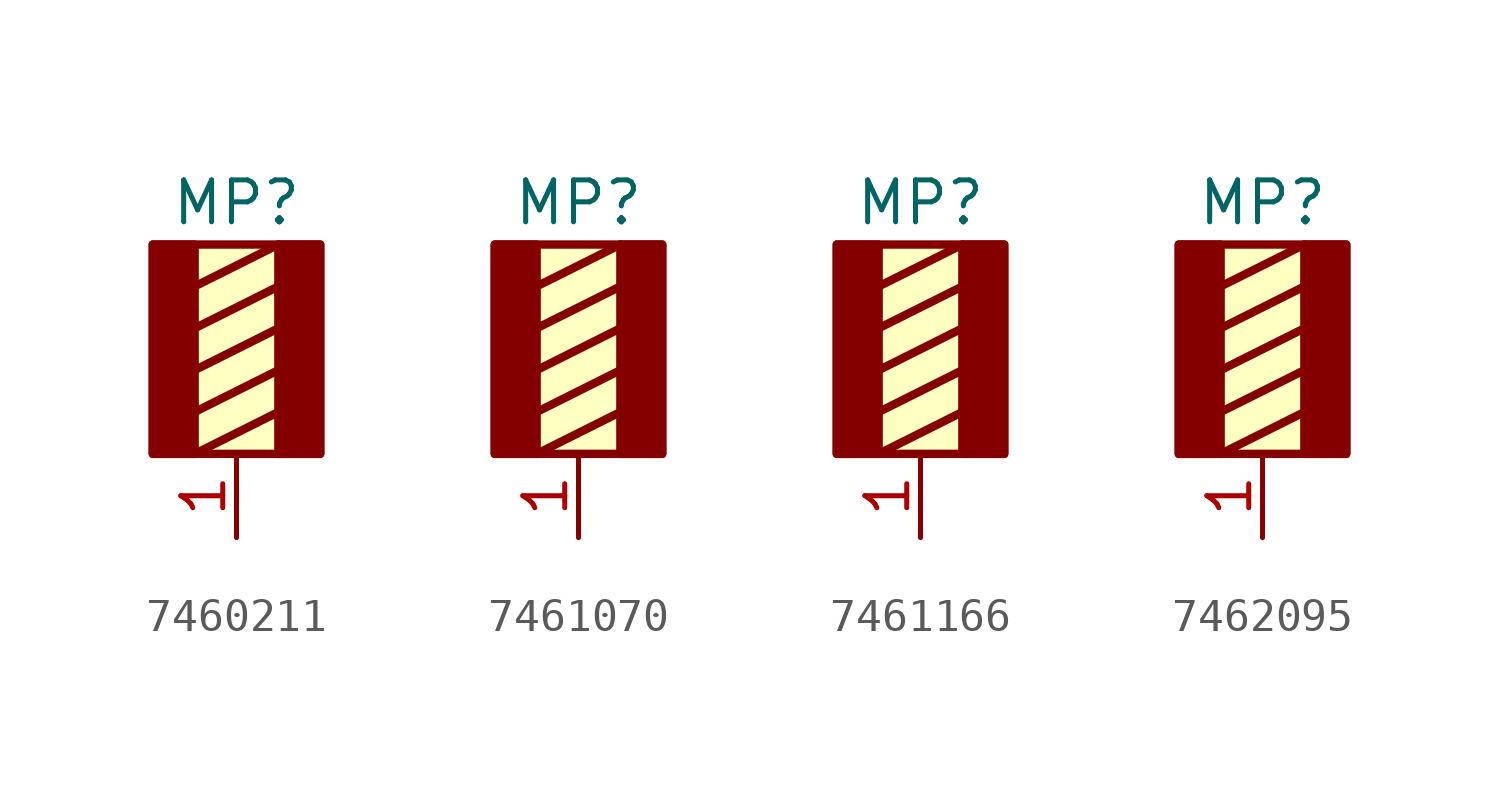
<source format=kicad_sym>
(kicad_symbol_lib
  (version 20220914)
  (generator kicad_symbol_editor)
  (symbol "7460211"
    (pin_names hide)
    (property "Reference" "MP"
      (at 0 5.08 0)
      (effects (font (size 1.27 1.27))))
    (symbol "7460211_0_0"
      (rectangle (start -2.54 3.81) (end 2.54 -2.54) (stroke (width 0.254) (type default)) (fill (type background)))
      (polyline (pts (xy -1.27 2.54) (xy 1.27 3.81)) (stroke (width 0.254) (type default)) (fill (type none)))
      (polyline (pts (xy 1.27 -1.27) (xy -1.27 -2.54)) (stroke (width 0.254) (type default)) (fill (type none)))
      (polyline (pts (xy 1.27 0) (xy -1.27 -1.27)) (stroke (width 0.254) (type default)) (fill (type none)))
      (polyline (pts (xy 1.27 1.27) (xy -1.27 0)) (stroke (width 0.254) (type default)) (fill (type none)))
      (polyline (pts (xy 1.27 2.54) (xy -1.27 1.27)) (stroke (width 0.254) (type default)) (fill (type none))))
    (symbol "7460211_1_0"
      (rectangle (start -2.54 3.81) (end -1.27 -2.54) (stroke (width 0.254) (type default)) (fill (type outline)))
      (rectangle (start 1.27 3.81) (end 2.54 -2.54) (stroke (width 0.254) (type default)) (fill (type outline)))
      (pin passive line (at 0 -5.08 90) (length 2.54) (name "1" (effects (font (size 1.27 1.27)))) (number "1" (effects (font (size 1.27 1.27)))))))
  (symbol "7461070"
    (pin_names hide)
    (property "Reference" "MP"
      (at 0 5.08 0)
      (effects (font (size 1.27 1.27))))
    (symbol "7461070_0_0"
      (rectangle (start -2.54 3.81) (end 2.54 -2.54) (stroke (width 0.254) (type default)) (fill (type background)))
      (polyline (pts (xy -1.27 2.54) (xy 1.27 3.81)) (stroke (width 0.254) (type default)) (fill (type none)))
      (polyline (pts (xy 1.27 -1.27) (xy -1.27 -2.54)) (stroke (width 0.254) (type default)) (fill (type none)))
      (polyline (pts (xy 1.27 0) (xy -1.27 -1.27)) (stroke (width 0.254) (type default)) (fill (type none)))
      (polyline (pts (xy 1.27 1.27) (xy -1.27 0)) (stroke (width 0.254) (type default)) (fill (type none)))
      (polyline (pts (xy 1.27 2.54) (xy -1.27 1.27)) (stroke (width 0.254) (type default)) (fill (type none))))
    (symbol "7461070_1_0"
      (rectangle (start -2.54 3.81) (end -1.27 -2.54) (stroke (width 0.254) (type default)) (fill (type outline)))
      (rectangle (start 1.27 3.81) (end 2.54 -2.54) (stroke (width 0.254) (type default)) (fill (type outline)))
      (pin passive line (at 0 -5.08 90) (length 2.54) (name "1" (effects (font (size 1.27 1.27)))) (number "1" (effects (font (size 1.27 1.27)))))))
  (symbol "7461166"
    (pin_names hide)
    (property "Reference" "MP"
      (at 0 5.08 0)
      (effects (font (size 1.27 1.27))))
    (symbol "7461166_0_0"
      (rectangle (start -2.54 3.81) (end 2.54 -2.54) (stroke (width 0.254) (type default)) (fill (type background)))
      (polyline (pts (xy -1.27 2.54) (xy 1.27 3.81)) (stroke (width 0.254) (type default)) (fill (type none)))
      (polyline (pts (xy 1.27 -1.27) (xy -1.27 -2.54)) (stroke (width 0.254) (type default)) (fill (type none)))
      (polyline (pts (xy 1.27 0) (xy -1.27 -1.27)) (stroke (width 0.254) (type default)) (fill (type none)))
      (polyline (pts (xy 1.27 1.27) (xy -1.27 0)) (stroke (width 0.254) (type default)) (fill (type none)))
      (polyline (pts (xy 1.27 2.54) (xy -1.27 1.27)) (stroke (width 0.254) (type default)) (fill (type none))))
    (symbol "7461166_1_0"
      (rectangle (start -2.54 3.81) (end -1.27 -2.54) (stroke (width 0.254) (type default)) (fill (type outline)))
      (rectangle (start 1.27 3.81) (end 2.54 -2.54) (stroke (width 0.254) (type default)) (fill (type outline)))
      (pin passive line (at 0 -5.08 90) (length 2.54) (name "1" (effects (font (size 1.27 1.27)))) (number "1" (effects (font (size 1.27 1.27)))))))
  (symbol "7462095"
    (pin_names hide)
    (property "Reference" "MP"
      (at 0 5.08 0)
      (effects (font (size 1.27 1.27))))
    (symbol "7462095_0_0"
      (rectangle (start -2.54 3.81) (end 2.54 -2.54) (stroke (width 0.254) (type default)) (fill (type background)))
      (polyline (pts (xy -1.27 2.54) (xy 1.27 3.81)) (stroke (width 0.254) (type default)) (fill (type none)))
      (polyline (pts (xy 1.27 -1.27) (xy -1.27 -2.54)) (stroke (width 0.254) (type default)) (fill (type none)))
      (polyline (pts (xy 1.27 0) (xy -1.27 -1.27)) (stroke (width 0.254) (type default)) (fill (type none)))
      (polyline (pts (xy 1.27 1.27) (xy -1.27 0)) (stroke (width 0.254) (type default)) (fill (type none)))
      (polyline (pts (xy 1.27 2.54) (xy -1.27 1.27)) (stroke (width 0.254) (type default)) (fill (type none))))
    (symbol "7462095_1_0"
      (rectangle (start -2.54 3.81) (end -1.27 -2.54) (stroke (width 0.254) (type default)) (fill (type outline)))
      (rectangle (start 1.27 3.81) (end 2.54 -2.54) (stroke (width 0.254) (type default)) (fill (type outline)))
      (pin passive line (at 0 -5.08 90) (length 2.54) (name "1" (effects (font (size 1.27 1.27)))) (number "1" (effects (font (size 1.27 1.27))))))))
</source>
